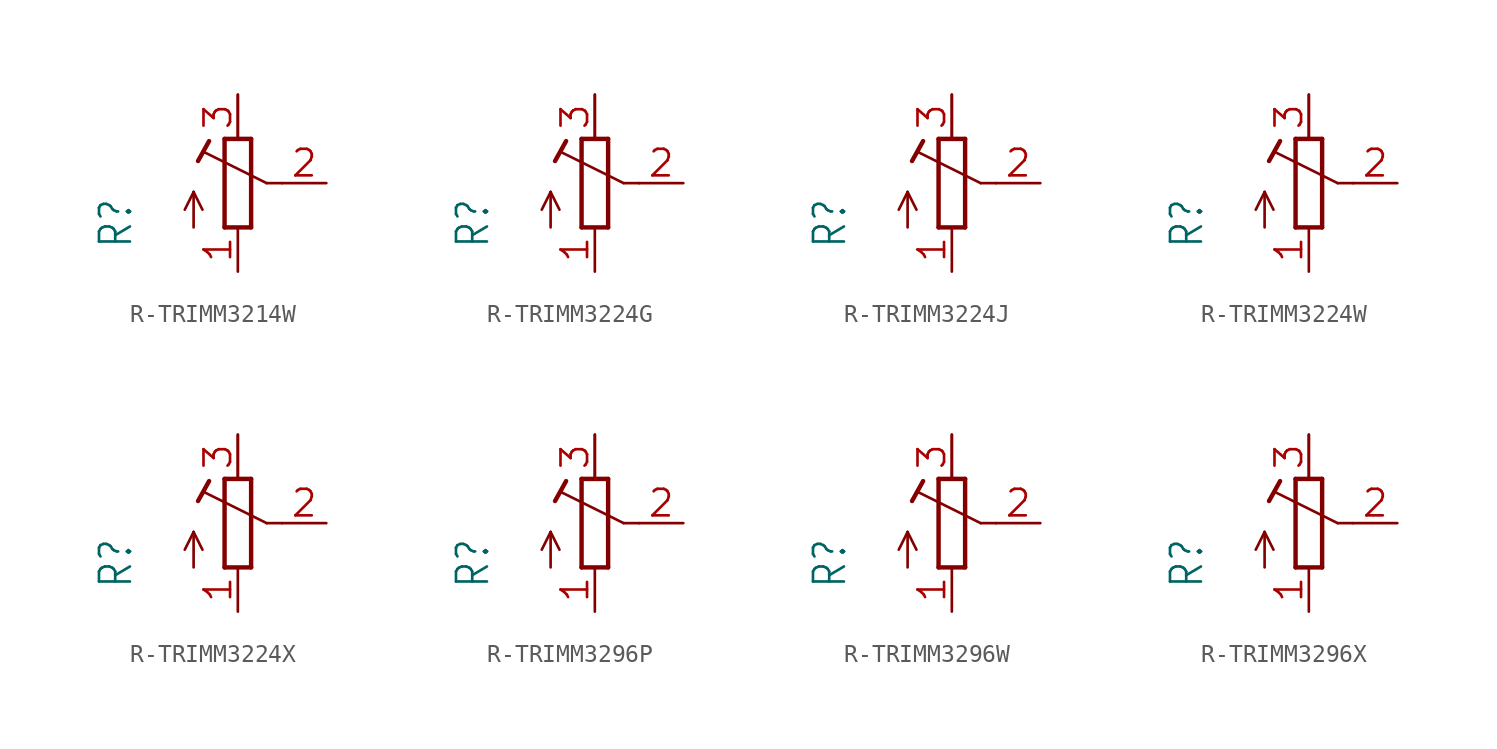
<source format=kicad_sym>
(kicad_symbol_lib
  (version 20241209)
  (generator "kicad_symbol_editor")
  (generator_version "9.0")
  (symbol "R-TRIMM3214W"
    (property "Reference" "R"
      (at -5.969 -3.81 90)
      (effects (font (size 1.778 1.511)) (justify left bottom)))
    (property "Value" ""
      (at -3.81 -3.81 90)
      (effects (font (size 1.778 1.511)) (justify left bottom)))
    (property "ki_locked" ""
      (at 0 0 0)
      (effects (font (size 1.27 1.27))))
    (symbol "R-TRIMM3214W_1_0"
      (polyline (pts (xy -2.54 -0.508) (xy -3.048 -1.524)) (stroke (width 0.152) (type solid)) (fill (type none)))
      (polyline (pts (xy -2.54 -0.508) (xy -2.032 -1.524)) (stroke (width 0.152) (type solid)) (fill (type none)))
      (polyline (pts (xy -2.54 -2.54) (xy -2.54 -0.508)) (stroke (width 0.152) (type solid)) (fill (type none)))
      (polyline (pts (xy -2.286 1.27) (xy -1.651 2.413)) (stroke (width 0.254) (type solid)) (fill (type none)))
      (polyline (pts (xy -0.762 2.54) (xy -0.762 -2.54)) (stroke (width 0.254) (type solid)) (fill (type none)))
      (polyline (pts (xy -0.762 -2.54) (xy 0.762 -2.54)) (stroke (width 0.254) (type solid)) (fill (type none)))
      (polyline (pts (xy 0 2.54) (xy -0.762 2.54)) (stroke (width 0.254) (type solid)) (fill (type none)))
      (polyline (pts (xy 0 2.54) (xy 0 5.08)) (stroke (width 0.152) (type solid)) (fill (type none)))
      (polyline (pts (xy 0.762 2.54) (xy 0 2.54)) (stroke (width 0.254) (type solid)) (fill (type none)))
      (polyline (pts (xy 0.762 -2.54) (xy 0.762 2.54)) (stroke (width 0.254) (type solid)) (fill (type none)))
      (polyline (pts (xy 1.651 0) (xy -1.88 1.753)) (stroke (width 0.152) (type solid)) (fill (type none)))
      (polyline (pts (xy 2.54 0) (xy 1.651 0)) (stroke (width 0.152) (type solid)) (fill (type none)))
      (pin passive line (at 0 5.08 270) (length 2.54) (name "E" (effects (font (size 0 0)))) (number "3" (effects (font (size 1.524 1.524)))))
      (pin passive line (at 0 -5.08 90) (length 2.54) (name "A" (effects (font (size 0 0)))) (number "1" (effects (font (size 1.524 1.524)))))
      (pin passive line (at 5.08 0 180) (length 2.54) (name "S" (effects (font (size 0 0)))) (number "2" (effects (font (size 1.524 1.524)))))))
  (symbol "R-TRIMM3224G"
    (property "Reference" "R"
      (at -5.969 -3.81 90)
      (effects (font (size 1.778 1.511)) (justify left bottom)))
    (property "Value" ""
      (at -3.81 -3.81 90)
      (effects (font (size 1.778 1.511)) (justify left bottom)))
    (property "ki_locked" ""
      (at 0 0 0)
      (effects (font (size 1.27 1.27))))
    (symbol "R-TRIMM3224G_1_0"
      (polyline (pts (xy -2.54 -0.508) (xy -3.048 -1.524)) (stroke (width 0.152) (type solid)) (fill (type none)))
      (polyline (pts (xy -2.54 -0.508) (xy -2.032 -1.524)) (stroke (width 0.152) (type solid)) (fill (type none)))
      (polyline (pts (xy -2.54 -2.54) (xy -2.54 -0.508)) (stroke (width 0.152) (type solid)) (fill (type none)))
      (polyline (pts (xy -2.286 1.27) (xy -1.651 2.413)) (stroke (width 0.254) (type solid)) (fill (type none)))
      (polyline (pts (xy -0.762 2.54) (xy -0.762 -2.54)) (stroke (width 0.254) (type solid)) (fill (type none)))
      (polyline (pts (xy -0.762 -2.54) (xy 0.762 -2.54)) (stroke (width 0.254) (type solid)) (fill (type none)))
      (polyline (pts (xy 0 2.54) (xy -0.762 2.54)) (stroke (width 0.254) (type solid)) (fill (type none)))
      (polyline (pts (xy 0 2.54) (xy 0 5.08)) (stroke (width 0.152) (type solid)) (fill (type none)))
      (polyline (pts (xy 0.762 2.54) (xy 0 2.54)) (stroke (width 0.254) (type solid)) (fill (type none)))
      (polyline (pts (xy 0.762 -2.54) (xy 0.762 2.54)) (stroke (width 0.254) (type solid)) (fill (type none)))
      (polyline (pts (xy 1.651 0) (xy -1.88 1.753)) (stroke (width 0.152) (type solid)) (fill (type none)))
      (polyline (pts (xy 2.54 0) (xy 1.651 0)) (stroke (width 0.152) (type solid)) (fill (type none)))
      (pin passive line (at 0 5.08 270) (length 2.54) (name "E" (effects (font (size 0 0)))) (number "3" (effects (font (size 1.524 1.524)))))
      (pin passive line (at 0 -5.08 90) (length 2.54) (name "A" (effects (font (size 0 0)))) (number "1" (effects (font (size 1.524 1.524)))))
      (pin passive line (at 5.08 0 180) (length 2.54) (name "S" (effects (font (size 0 0)))) (number "2" (effects (font (size 1.524 1.524)))))))
  (symbol "R-TRIMM3224J"
    (property "Reference" "R"
      (at -5.969 -3.81 90)
      (effects (font (size 1.778 1.511)) (justify left bottom)))
    (property "Value" ""
      (at -3.81 -3.81 90)
      (effects (font (size 1.778 1.511)) (justify left bottom)))
    (property "ki_locked" ""
      (at 0 0 0)
      (effects (font (size 1.27 1.27))))
    (symbol "R-TRIMM3224J_1_0"
      (polyline (pts (xy -2.54 -0.508) (xy -3.048 -1.524)) (stroke (width 0.152) (type solid)) (fill (type none)))
      (polyline (pts (xy -2.54 -0.508) (xy -2.032 -1.524)) (stroke (width 0.152) (type solid)) (fill (type none)))
      (polyline (pts (xy -2.54 -2.54) (xy -2.54 -0.508)) (stroke (width 0.152) (type solid)) (fill (type none)))
      (polyline (pts (xy -2.286 1.27) (xy -1.651 2.413)) (stroke (width 0.254) (type solid)) (fill (type none)))
      (polyline (pts (xy -0.762 2.54) (xy -0.762 -2.54)) (stroke (width 0.254) (type solid)) (fill (type none)))
      (polyline (pts (xy -0.762 -2.54) (xy 0.762 -2.54)) (stroke (width 0.254) (type solid)) (fill (type none)))
      (polyline (pts (xy 0 2.54) (xy -0.762 2.54)) (stroke (width 0.254) (type solid)) (fill (type none)))
      (polyline (pts (xy 0 2.54) (xy 0 5.08)) (stroke (width 0.152) (type solid)) (fill (type none)))
      (polyline (pts (xy 0.762 2.54) (xy 0 2.54)) (stroke (width 0.254) (type solid)) (fill (type none)))
      (polyline (pts (xy 0.762 -2.54) (xy 0.762 2.54)) (stroke (width 0.254) (type solid)) (fill (type none)))
      (polyline (pts (xy 1.651 0) (xy -1.88 1.753)) (stroke (width 0.152) (type solid)) (fill (type none)))
      (polyline (pts (xy 2.54 0) (xy 1.651 0)) (stroke (width 0.152) (type solid)) (fill (type none)))
      (pin passive line (at 0 5.08 270) (length 2.54) (name "E" (effects (font (size 0 0)))) (number "3" (effects (font (size 1.524 1.524)))))
      (pin passive line (at 0 -5.08 90) (length 2.54) (name "A" (effects (font (size 0 0)))) (number "1" (effects (font (size 1.524 1.524)))))
      (pin passive line (at 5.08 0 180) (length 2.54) (name "S" (effects (font (size 0 0)))) (number "2" (effects (font (size 1.524 1.524)))))))
  (symbol "R-TRIMM3224W"
    (property "Reference" "R"
      (at -5.969 -3.81 90)
      (effects (font (size 1.778 1.511)) (justify left bottom)))
    (property "Value" ""
      (at -3.81 -3.81 90)
      (effects (font (size 1.778 1.511)) (justify left bottom)))
    (property "ki_locked" ""
      (at 0 0 0)
      (effects (font (size 1.27 1.27))))
    (symbol "R-TRIMM3224W_1_0"
      (polyline (pts (xy -2.54 -0.508) (xy -3.048 -1.524)) (stroke (width 0.152) (type solid)) (fill (type none)))
      (polyline (pts (xy -2.54 -0.508) (xy -2.032 -1.524)) (stroke (width 0.152) (type solid)) (fill (type none)))
      (polyline (pts (xy -2.54 -2.54) (xy -2.54 -0.508)) (stroke (width 0.152) (type solid)) (fill (type none)))
      (polyline (pts (xy -2.286 1.27) (xy -1.651 2.413)) (stroke (width 0.254) (type solid)) (fill (type none)))
      (polyline (pts (xy -0.762 2.54) (xy -0.762 -2.54)) (stroke (width 0.254) (type solid)) (fill (type none)))
      (polyline (pts (xy -0.762 -2.54) (xy 0.762 -2.54)) (stroke (width 0.254) (type solid)) (fill (type none)))
      (polyline (pts (xy 0 2.54) (xy -0.762 2.54)) (stroke (width 0.254) (type solid)) (fill (type none)))
      (polyline (pts (xy 0 2.54) (xy 0 5.08)) (stroke (width 0.152) (type solid)) (fill (type none)))
      (polyline (pts (xy 0.762 2.54) (xy 0 2.54)) (stroke (width 0.254) (type solid)) (fill (type none)))
      (polyline (pts (xy 0.762 -2.54) (xy 0.762 2.54)) (stroke (width 0.254) (type solid)) (fill (type none)))
      (polyline (pts (xy 1.651 0) (xy -1.88 1.753)) (stroke (width 0.152) (type solid)) (fill (type none)))
      (polyline (pts (xy 2.54 0) (xy 1.651 0)) (stroke (width 0.152) (type solid)) (fill (type none)))
      (pin passive line (at 0 5.08 270) (length 2.54) (name "E" (effects (font (size 0 0)))) (number "3" (effects (font (size 1.524 1.524)))))
      (pin passive line (at 0 -5.08 90) (length 2.54) (name "A" (effects (font (size 0 0)))) (number "1" (effects (font (size 1.524 1.524)))))
      (pin passive line (at 5.08 0 180) (length 2.54) (name "S" (effects (font (size 0 0)))) (number "2" (effects (font (size 1.524 1.524)))))))
  (symbol "R-TRIMM3224X"
    (property "Reference" "R"
      (at -5.969 -3.81 90)
      (effects (font (size 1.778 1.511)) (justify left bottom)))
    (property "Value" ""
      (at -3.81 -3.81 90)
      (effects (font (size 1.778 1.511)) (justify left bottom)))
    (property "ki_locked" ""
      (at 0 0 0)
      (effects (font (size 1.27 1.27))))
    (symbol "R-TRIMM3224X_1_0"
      (polyline (pts (xy -2.54 -0.508) (xy -3.048 -1.524)) (stroke (width 0.152) (type solid)) (fill (type none)))
      (polyline (pts (xy -2.54 -0.508) (xy -2.032 -1.524)) (stroke (width 0.152) (type solid)) (fill (type none)))
      (polyline (pts (xy -2.54 -2.54) (xy -2.54 -0.508)) (stroke (width 0.152) (type solid)) (fill (type none)))
      (polyline (pts (xy -2.286 1.27) (xy -1.651 2.413)) (stroke (width 0.254) (type solid)) (fill (type none)))
      (polyline (pts (xy -0.762 2.54) (xy -0.762 -2.54)) (stroke (width 0.254) (type solid)) (fill (type none)))
      (polyline (pts (xy -0.762 -2.54) (xy 0.762 -2.54)) (stroke (width 0.254) (type solid)) (fill (type none)))
      (polyline (pts (xy 0 2.54) (xy -0.762 2.54)) (stroke (width 0.254) (type solid)) (fill (type none)))
      (polyline (pts (xy 0 2.54) (xy 0 5.08)) (stroke (width 0.152) (type solid)) (fill (type none)))
      (polyline (pts (xy 0.762 2.54) (xy 0 2.54)) (stroke (width 0.254) (type solid)) (fill (type none)))
      (polyline (pts (xy 0.762 -2.54) (xy 0.762 2.54)) (stroke (width 0.254) (type solid)) (fill (type none)))
      (polyline (pts (xy 1.651 0) (xy -1.88 1.753)) (stroke (width 0.152) (type solid)) (fill (type none)))
      (polyline (pts (xy 2.54 0) (xy 1.651 0)) (stroke (width 0.152) (type solid)) (fill (type none)))
      (pin passive line (at 0 5.08 270) (length 2.54) (name "E" (effects (font (size 0 0)))) (number "3" (effects (font (size 1.524 1.524)))))
      (pin passive line (at 0 -5.08 90) (length 2.54) (name "A" (effects (font (size 0 0)))) (number "1" (effects (font (size 1.524 1.524)))))
      (pin passive line (at 5.08 0 180) (length 2.54) (name "S" (effects (font (size 0 0)))) (number "2" (effects (font (size 1.524 1.524)))))))
  (symbol "R-TRIMM3296P"
    (property "Reference" "R"
      (at -5.969 -3.81 90)
      (effects (font (size 1.778 1.511)) (justify left bottom)))
    (property "Value" ""
      (at -3.81 -3.81 90)
      (effects (font (size 1.778 1.511)) (justify left bottom)))
    (property "ki_locked" ""
      (at 0 0 0)
      (effects (font (size 1.27 1.27))))
    (symbol "R-TRIMM3296P_1_0"
      (polyline (pts (xy -2.54 -0.508) (xy -3.048 -1.524)) (stroke (width 0.152) (type solid)) (fill (type none)))
      (polyline (pts (xy -2.54 -0.508) (xy -2.032 -1.524)) (stroke (width 0.152) (type solid)) (fill (type none)))
      (polyline (pts (xy -2.54 -2.54) (xy -2.54 -0.508)) (stroke (width 0.152) (type solid)) (fill (type none)))
      (polyline (pts (xy -2.286 1.27) (xy -1.651 2.413)) (stroke (width 0.254) (type solid)) (fill (type none)))
      (polyline (pts (xy -0.762 2.54) (xy -0.762 -2.54)) (stroke (width 0.254) (type solid)) (fill (type none)))
      (polyline (pts (xy -0.762 -2.54) (xy 0.762 -2.54)) (stroke (width 0.254) (type solid)) (fill (type none)))
      (polyline (pts (xy 0 2.54) (xy -0.762 2.54)) (stroke (width 0.254) (type solid)) (fill (type none)))
      (polyline (pts (xy 0 2.54) (xy 0 5.08)) (stroke (width 0.152) (type solid)) (fill (type none)))
      (polyline (pts (xy 0.762 2.54) (xy 0 2.54)) (stroke (width 0.254) (type solid)) (fill (type none)))
      (polyline (pts (xy 0.762 -2.54) (xy 0.762 2.54)) (stroke (width 0.254) (type solid)) (fill (type none)))
      (polyline (pts (xy 1.651 0) (xy -1.88 1.753)) (stroke (width 0.152) (type solid)) (fill (type none)))
      (polyline (pts (xy 2.54 0) (xy 1.651 0)) (stroke (width 0.152) (type solid)) (fill (type none)))
      (pin passive line (at 0 5.08 270) (length 2.54) (name "E" (effects (font (size 0 0)))) (number "3" (effects (font (size 1.524 1.524)))))
      (pin passive line (at 0 -5.08 90) (length 2.54) (name "A" (effects (font (size 0 0)))) (number "1" (effects (font (size 1.524 1.524)))))
      (pin passive line (at 5.08 0 180) (length 2.54) (name "S" (effects (font (size 0 0)))) (number "2" (effects (font (size 1.524 1.524)))))))
  (symbol "R-TRIMM3296W"
    (property "Reference" "R"
      (at -5.969 -3.81 90)
      (effects (font (size 1.778 1.511)) (justify left bottom)))
    (property "Value" ""
      (at -3.81 -3.81 90)
      (effects (font (size 1.778 1.511)) (justify left bottom)))
    (property "ki_locked" ""
      (at 0 0 0)
      (effects (font (size 1.27 1.27))))
    (symbol "R-TRIMM3296W_1_0"
      (polyline (pts (xy -2.54 -0.508) (xy -3.048 -1.524)) (stroke (width 0.152) (type solid)) (fill (type none)))
      (polyline (pts (xy -2.54 -0.508) (xy -2.032 -1.524)) (stroke (width 0.152) (type solid)) (fill (type none)))
      (polyline (pts (xy -2.54 -2.54) (xy -2.54 -0.508)) (stroke (width 0.152) (type solid)) (fill (type none)))
      (polyline (pts (xy -2.286 1.27) (xy -1.651 2.413)) (stroke (width 0.254) (type solid)) (fill (type none)))
      (polyline (pts (xy -0.762 2.54) (xy -0.762 -2.54)) (stroke (width 0.254) (type solid)) (fill (type none)))
      (polyline (pts (xy -0.762 -2.54) (xy 0.762 -2.54)) (stroke (width 0.254) (type solid)) (fill (type none)))
      (polyline (pts (xy 0 2.54) (xy -0.762 2.54)) (stroke (width 0.254) (type solid)) (fill (type none)))
      (polyline (pts (xy 0 2.54) (xy 0 5.08)) (stroke (width 0.152) (type solid)) (fill (type none)))
      (polyline (pts (xy 0.762 2.54) (xy 0 2.54)) (stroke (width 0.254) (type solid)) (fill (type none)))
      (polyline (pts (xy 0.762 -2.54) (xy 0.762 2.54)) (stroke (width 0.254) (type solid)) (fill (type none)))
      (polyline (pts (xy 1.651 0) (xy -1.88 1.753)) (stroke (width 0.152) (type solid)) (fill (type none)))
      (polyline (pts (xy 2.54 0) (xy 1.651 0)) (stroke (width 0.152) (type solid)) (fill (type none)))
      (pin passive line (at 0 5.08 270) (length 2.54) (name "E" (effects (font (size 0 0)))) (number "3" (effects (font (size 1.524 1.524)))))
      (pin passive line (at 0 -5.08 90) (length 2.54) (name "A" (effects (font (size 0 0)))) (number "1" (effects (font (size 1.524 1.524)))))
      (pin passive line (at 5.08 0 180) (length 2.54) (name "S" (effects (font (size 0 0)))) (number "2" (effects (font (size 1.524 1.524)))))))
  (symbol "R-TRIMM3296X"
    (property "Reference" "R"
      (at -5.969 -3.81 90)
      (effects (font (size 1.778 1.511)) (justify left bottom)))
    (property "Value" ""
      (at -3.81 -3.81 90)
      (effects (font (size 1.778 1.511)) (justify left bottom)))
    (property "ki_locked" ""
      (at 0 0 0)
      (effects (font (size 1.27 1.27))))
    (symbol "R-TRIMM3296X_1_0"
      (polyline (pts (xy -2.54 -0.508) (xy -3.048 -1.524)) (stroke (width 0.152) (type solid)) (fill (type none)))
      (polyline (pts (xy -2.54 -0.508) (xy -2.032 -1.524)) (stroke (width 0.152) (type solid)) (fill (type none)))
      (polyline (pts (xy -2.54 -2.54) (xy -2.54 -0.508)) (stroke (width 0.152) (type solid)) (fill (type none)))
      (polyline (pts (xy -2.286 1.27) (xy -1.651 2.413)) (stroke (width 0.254) (type solid)) (fill (type none)))
      (polyline (pts (xy -0.762 2.54) (xy -0.762 -2.54)) (stroke (width 0.254) (type solid)) (fill (type none)))
      (polyline (pts (xy -0.762 -2.54) (xy 0.762 -2.54)) (stroke (width 0.254) (type solid)) (fill (type none)))
      (polyline (pts (xy 0 2.54) (xy -0.762 2.54)) (stroke (width 0.254) (type solid)) (fill (type none)))
      (polyline (pts (xy 0 2.54) (xy 0 5.08)) (stroke (width 0.152) (type solid)) (fill (type none)))
      (polyline (pts (xy 0.762 2.54) (xy 0 2.54)) (stroke (width 0.254) (type solid)) (fill (type none)))
      (polyline (pts (xy 0.762 -2.54) (xy 0.762 2.54)) (stroke (width 0.254) (type solid)) (fill (type none)))
      (polyline (pts (xy 1.651 0) (xy -1.88 1.753)) (stroke (width 0.152) (type solid)) (fill (type none)))
      (polyline (pts (xy 2.54 0) (xy 1.651 0)) (stroke (width 0.152) (type solid)) (fill (type none)))
      (pin passive line (at 0 5.08 270) (length 2.54) (name "E" (effects (font (size 0 0)))) (number "3" (effects (font (size 1.524 1.524)))))
      (pin passive line (at 0 -5.08 90) (length 2.54) (name "A" (effects (font (size 0 0)))) (number "1" (effects (font (size 1.524 1.524)))))
      (pin passive line (at 5.08 0 180) (length 2.54) (name "S" (effects (font (size 0 0)))) (number "2" (effects (font (size 1.524 1.524))))))))
</source>
